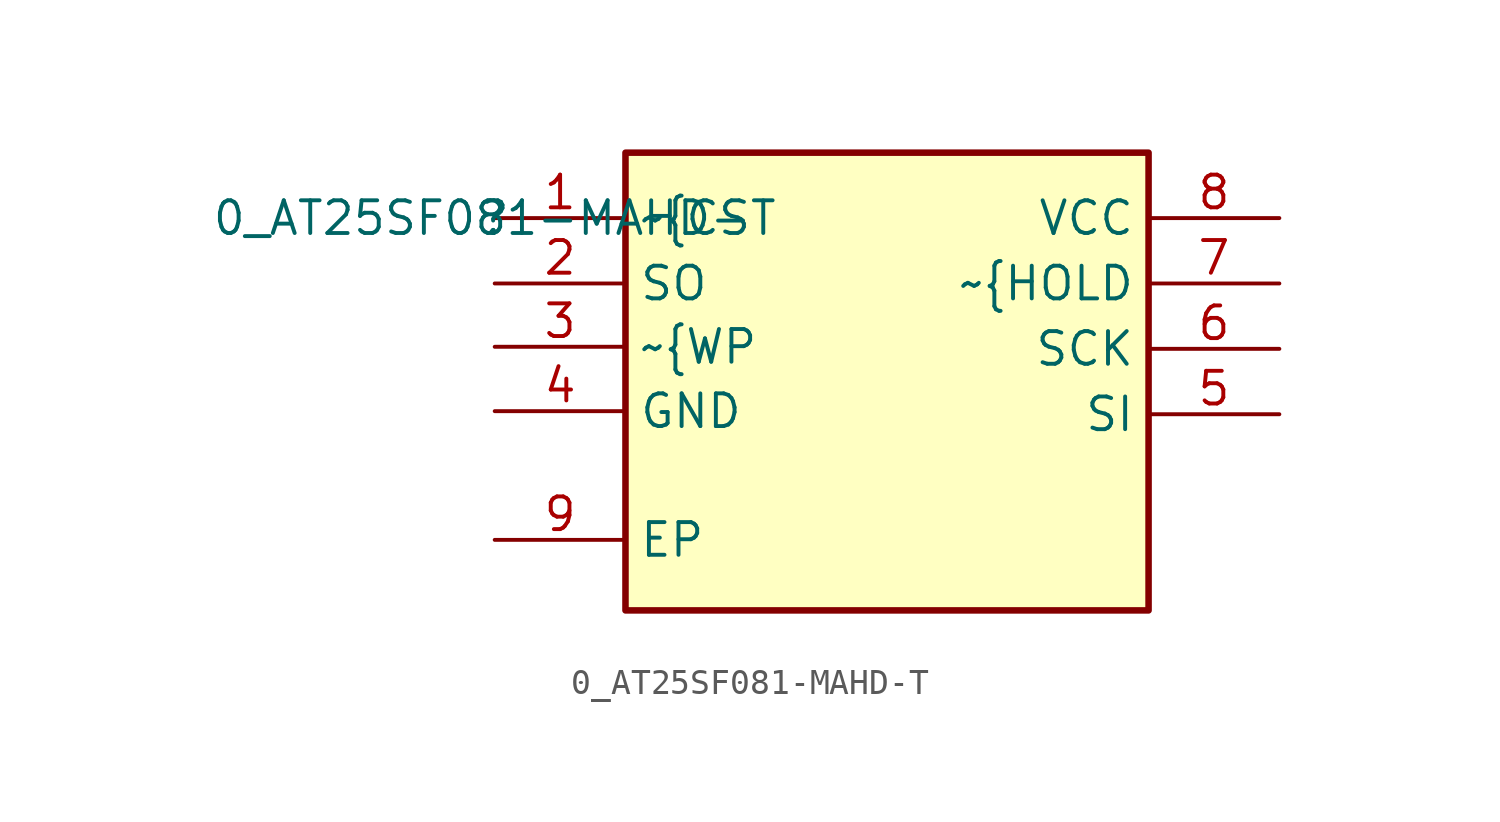
<source format=kicad_sym>
(kicad_symbol_lib
  (version 20210619)
  (generator kicad_symbol_editor)
  (symbol "e-verest-altium-import:0_AT25SF081-MAHD-T"
    (property "Reference" ""
      (at 0 0 0)
      (effects (font (size 1.27 1.27))))
    (property "Value" "0_AT25SF081-MAHD-T"
      (at 0 0 0)
      (effects (font (size 1.27 1.27))))
    (symbol "0_AT25SF081-MAHD-T_1_0"
      (rectangle (start 25.4 2.54) (end 5.08 -15.24) (stroke (width 0.254)) (fill (type background)))
      (pin passive line (at 30.48 -7.62 180) (length 5.08) (name "SI" (effects (font (size 1.27 1.27)))) (number "5" (effects (font (size 1.27 1.27)))))
      (pin passive line (at 0 0 0) (length 5.08) (name "~{CS" (effects (font (size 1.27 1.27)))) (number "1" (effects (font (size 1.27 1.27)))))
      (pin passive line (at 0 -2.54 0) (length 5.08) (name "SO" (effects (font (size 1.27 1.27)))) (number "2" (effects (font (size 1.27 1.27)))))
      (pin passive line (at 0 -5 0) (length 5.08) (name "~{WP" (effects (font (size 1.27 1.27)))) (number "3" (effects (font (size 1.27 1.27)))))
      (pin passive line (at 0 -7.5 0) (length 5.08) (name "GND" (effects (font (size 1.27 1.27)))) (number "4" (effects (font (size 1.27 1.27)))))
      (pin passive line (at 30.48 -5.08 180) (length 5.08) (name "SCK" (effects (font (size 1.27 1.27)))) (number "6" (effects (font (size 1.27 1.27)))))
      (pin passive line (at 30.48 -2.54 180) (length 5.08) (name "~{HOLD" (effects (font (size 1.27 1.27)))) (number "7" (effects (font (size 1.27 1.27)))))
      (pin passive line (at 30.48 0 180) (length 5.08) (name "VCC" (effects (font (size 1.27 1.27)))) (number "8" (effects (font (size 1.27 1.27)))))
      (pin passive line (at 0 -12.5 0) (length 5.08) (name "EP" (effects (font (size 1.27 1.27)))) (number "9" (effects (font (size 1.27 1.27))))))))
</source>
